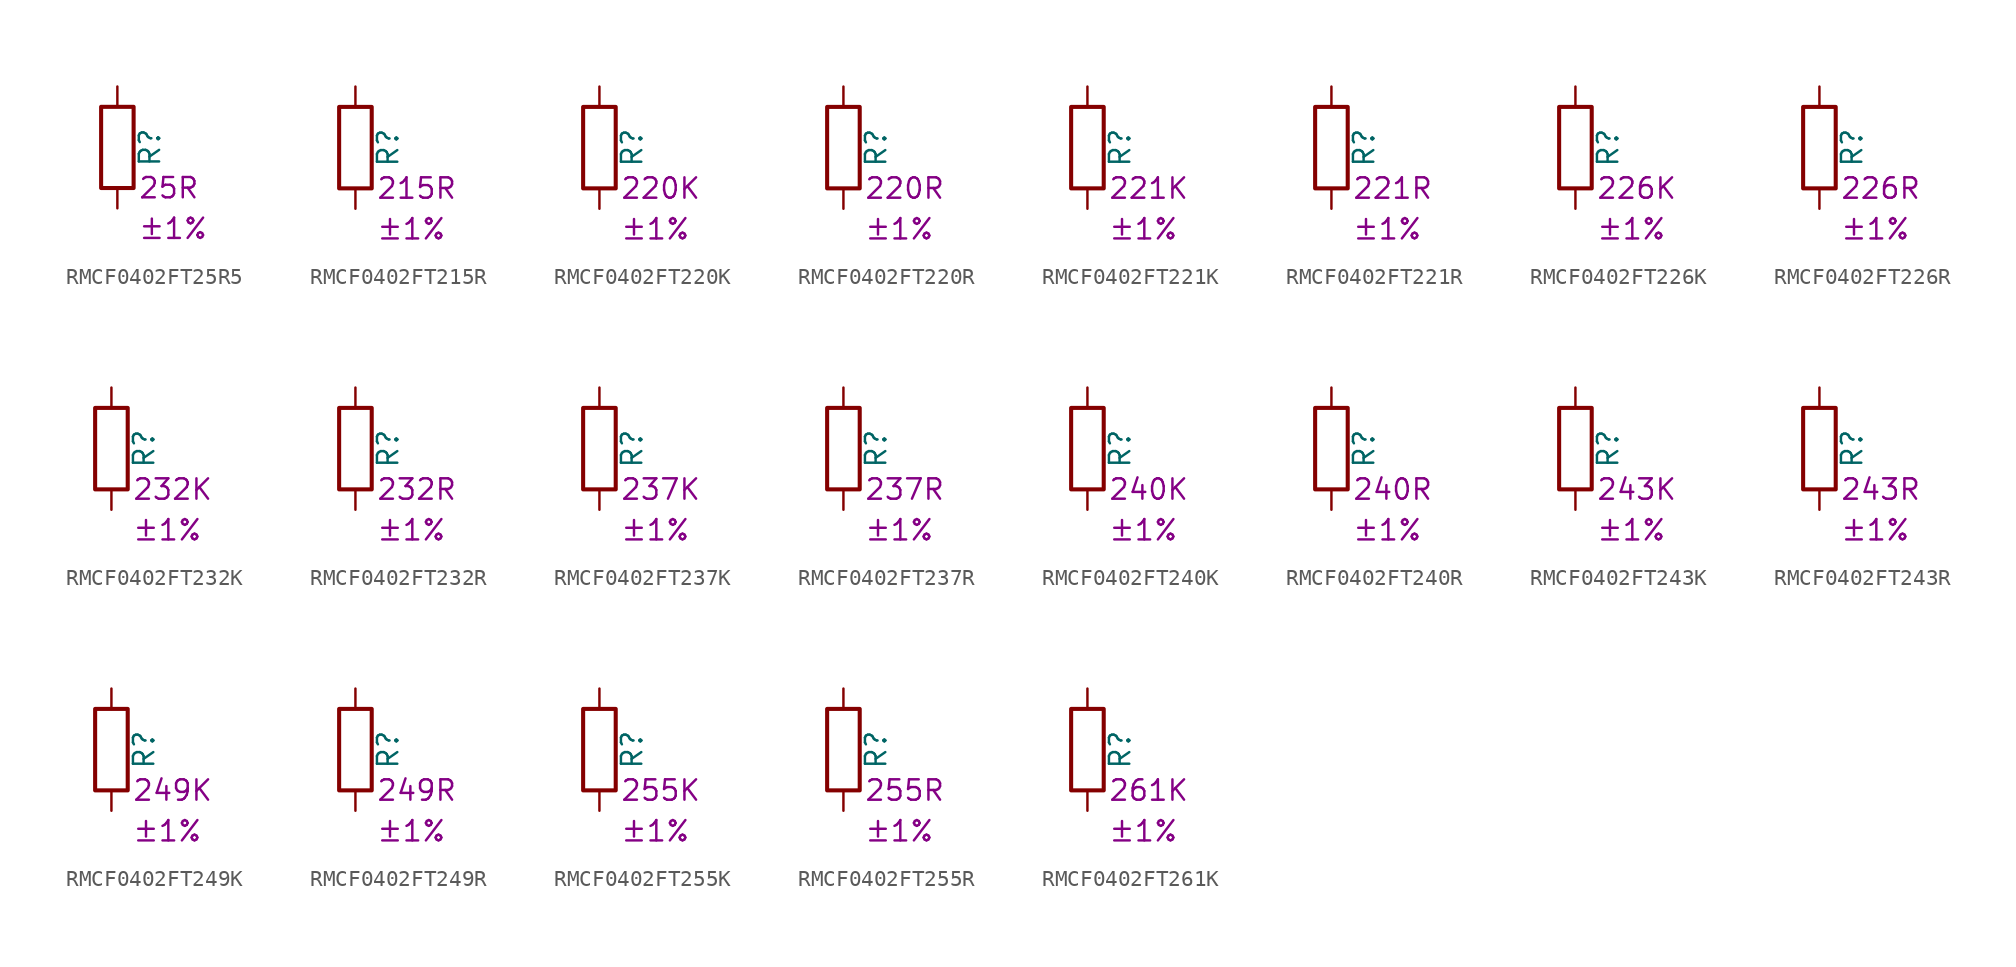
<source format=kicad_sym>
(kicad_symbol_lib
  (version 20220914)
  (generator kicad_symbol_editor)
  (symbol "RMCF0402FT25R5"
    (pin_numbers hide)
    (pin_names
      (offset 0))
    (property "Reference" "R"
      (at 2.032 0 90)
      (effects (font (size 1.27 1.27))))
    (property "Resistance" "25R"
      (at 1.27 -2.54 0)
      (effects (font (size 1.27 1.27)) (justify left)))
    (property "Tolerance" "±1%"
      (at 1.27 -5.08 0)
      (effects (font (size 1.27 1.27)) (justify left)))
    (symbol "RMCF0402FT25R5_0_1"
      (rectangle (start -1.016 -2.54) (end 1.016 2.54) (stroke (width 0.254) (type default)) (fill (type none))))
    (symbol "RMCF0402FT25R5_1_1"
      (pin passive line (at 0 3.81 270) (length 1.27) (name "~" (effects (font (size 1.27 1.27)))) (number "1" (effects (font (size 1.27 1.27)))))
      (pin passive line (at 0 -3.81 90) (length 1.27) (name "~" (effects (font (size 1.27 1.27)))) (number "2" (effects (font (size 1.27 1.27)))))))
  (symbol "RMCF0402FT215R"
    (pin_numbers hide)
    (pin_names
      (offset 0))
    (property "Reference" "R"
      (at 2.032 0 90)
      (effects (font (size 1.27 1.27))))
    (property "Resistance" "215R"
      (at 1.27 -2.54 0)
      (effects (font (size 1.27 1.27)) (justify left)))
    (property "Tolerance" "±1%"
      (at 1.27 -5.08 0)
      (effects (font (size 1.27 1.27)) (justify left)))
    (symbol "RMCF0402FT215R_0_1"
      (rectangle (start -1.016 -2.54) (end 1.016 2.54) (stroke (width 0.254) (type default)) (fill (type none))))
    (symbol "RMCF0402FT215R_1_1"
      (pin passive line (at 0 3.81 270) (length 1.27) (name "~" (effects (font (size 1.27 1.27)))) (number "1" (effects (font (size 1.27 1.27)))))
      (pin passive line (at 0 -3.81 90) (length 1.27) (name "~" (effects (font (size 1.27 1.27)))) (number "2" (effects (font (size 1.27 1.27)))))))
  (symbol "RMCF0402FT220K"
    (pin_numbers hide)
    (pin_names
      (offset 0))
    (property "Reference" "R"
      (at 2.032 0 90)
      (effects (font (size 1.27 1.27))))
    (property "Resistance" "220K"
      (at 1.27 -2.54 0)
      (effects (font (size 1.27 1.27)) (justify left)))
    (property "Tolerance" "±1%"
      (at 1.27 -5.08 0)
      (effects (font (size 1.27 1.27)) (justify left)))
    (symbol "RMCF0402FT220K_0_1"
      (rectangle (start -1.016 -2.54) (end 1.016 2.54) (stroke (width 0.254) (type default)) (fill (type none))))
    (symbol "RMCF0402FT220K_1_1"
      (pin passive line (at 0 3.81 270) (length 1.27) (name "~" (effects (font (size 1.27 1.27)))) (number "1" (effects (font (size 1.27 1.27)))))
      (pin passive line (at 0 -3.81 90) (length 1.27) (name "~" (effects (font (size 1.27 1.27)))) (number "2" (effects (font (size 1.27 1.27)))))))
  (symbol "RMCF0402FT220R"
    (pin_numbers hide)
    (pin_names
      (offset 0))
    (property "Reference" "R"
      (at 2.032 0 90)
      (effects (font (size 1.27 1.27))))
    (property "Resistance" "220R"
      (at 1.27 -2.54 0)
      (effects (font (size 1.27 1.27)) (justify left)))
    (property "Tolerance" "±1%"
      (at 1.27 -5.08 0)
      (effects (font (size 1.27 1.27)) (justify left)))
    (symbol "RMCF0402FT220R_0_1"
      (rectangle (start -1.016 -2.54) (end 1.016 2.54) (stroke (width 0.254) (type default)) (fill (type none))))
    (symbol "RMCF0402FT220R_1_1"
      (pin passive line (at 0 3.81 270) (length 1.27) (name "~" (effects (font (size 1.27 1.27)))) (number "1" (effects (font (size 1.27 1.27)))))
      (pin passive line (at 0 -3.81 90) (length 1.27) (name "~" (effects (font (size 1.27 1.27)))) (number "2" (effects (font (size 1.27 1.27)))))))
  (symbol "RMCF0402FT221K"
    (pin_numbers hide)
    (pin_names
      (offset 0))
    (property "Reference" "R"
      (at 2.032 0 90)
      (effects (font (size 1.27 1.27))))
    (property "Resistance" "221K"
      (at 1.27 -2.54 0)
      (effects (font (size 1.27 1.27)) (justify left)))
    (property "Tolerance" "±1%"
      (at 1.27 -5.08 0)
      (effects (font (size 1.27 1.27)) (justify left)))
    (symbol "RMCF0402FT221K_0_1"
      (rectangle (start -1.016 -2.54) (end 1.016 2.54) (stroke (width 0.254) (type default)) (fill (type none))))
    (symbol "RMCF0402FT221K_1_1"
      (pin passive line (at 0 3.81 270) (length 1.27) (name "~" (effects (font (size 1.27 1.27)))) (number "1" (effects (font (size 1.27 1.27)))))
      (pin passive line (at 0 -3.81 90) (length 1.27) (name "~" (effects (font (size 1.27 1.27)))) (number "2" (effects (font (size 1.27 1.27)))))))
  (symbol "RMCF0402FT221R"
    (pin_numbers hide)
    (pin_names
      (offset 0))
    (property "Reference" "R"
      (at 2.032 0 90)
      (effects (font (size 1.27 1.27))))
    (property "Resistance" "221R"
      (at 1.27 -2.54 0)
      (effects (font (size 1.27 1.27)) (justify left)))
    (property "Tolerance" "±1%"
      (at 1.27 -5.08 0)
      (effects (font (size 1.27 1.27)) (justify left)))
    (symbol "RMCF0402FT221R_0_1"
      (rectangle (start -1.016 -2.54) (end 1.016 2.54) (stroke (width 0.254) (type default)) (fill (type none))))
    (symbol "RMCF0402FT221R_1_1"
      (pin passive line (at 0 3.81 270) (length 1.27) (name "~" (effects (font (size 1.27 1.27)))) (number "1" (effects (font (size 1.27 1.27)))))
      (pin passive line (at 0 -3.81 90) (length 1.27) (name "~" (effects (font (size 1.27 1.27)))) (number "2" (effects (font (size 1.27 1.27)))))))
  (symbol "RMCF0402FT226K"
    (pin_numbers hide)
    (pin_names
      (offset 0))
    (property "Reference" "R"
      (at 2.032 0 90)
      (effects (font (size 1.27 1.27))))
    (property "Resistance" "226K"
      (at 1.27 -2.54 0)
      (effects (font (size 1.27 1.27)) (justify left)))
    (property "Tolerance" "±1%"
      (at 1.27 -5.08 0)
      (effects (font (size 1.27 1.27)) (justify left)))
    (symbol "RMCF0402FT226K_0_1"
      (rectangle (start -1.016 -2.54) (end 1.016 2.54) (stroke (width 0.254) (type default)) (fill (type none))))
    (symbol "RMCF0402FT226K_1_1"
      (pin passive line (at 0 3.81 270) (length 1.27) (name "~" (effects (font (size 1.27 1.27)))) (number "1" (effects (font (size 1.27 1.27)))))
      (pin passive line (at 0 -3.81 90) (length 1.27) (name "~" (effects (font (size 1.27 1.27)))) (number "2" (effects (font (size 1.27 1.27)))))))
  (symbol "RMCF0402FT226R"
    (pin_numbers hide)
    (pin_names
      (offset 0))
    (property "Reference" "R"
      (at 2.032 0 90)
      (effects (font (size 1.27 1.27))))
    (property "Resistance" "226R"
      (at 1.27 -2.54 0)
      (effects (font (size 1.27 1.27)) (justify left)))
    (property "Tolerance" "±1%"
      (at 1.27 -5.08 0)
      (effects (font (size 1.27 1.27)) (justify left)))
    (symbol "RMCF0402FT226R_0_1"
      (rectangle (start -1.016 -2.54) (end 1.016 2.54) (stroke (width 0.254) (type default)) (fill (type none))))
    (symbol "RMCF0402FT226R_1_1"
      (pin passive line (at 0 3.81 270) (length 1.27) (name "~" (effects (font (size 1.27 1.27)))) (number "1" (effects (font (size 1.27 1.27)))))
      (pin passive line (at 0 -3.81 90) (length 1.27) (name "~" (effects (font (size 1.27 1.27)))) (number "2" (effects (font (size 1.27 1.27)))))))
  (symbol "RMCF0402FT232K"
    (pin_numbers hide)
    (pin_names
      (offset 0))
    (property "Reference" "R"
      (at 2.032 0 90)
      (effects (font (size 1.27 1.27))))
    (property "Resistance" "232K"
      (at 1.27 -2.54 0)
      (effects (font (size 1.27 1.27)) (justify left)))
    (property "Tolerance" "±1%"
      (at 1.27 -5.08 0)
      (effects (font (size 1.27 1.27)) (justify left)))
    (symbol "RMCF0402FT232K_0_1"
      (rectangle (start -1.016 -2.54) (end 1.016 2.54) (stroke (width 0.254) (type default)) (fill (type none))))
    (symbol "RMCF0402FT232K_1_1"
      (pin passive line (at 0 3.81 270) (length 1.27) (name "~" (effects (font (size 1.27 1.27)))) (number "1" (effects (font (size 1.27 1.27)))))
      (pin passive line (at 0 -3.81 90) (length 1.27) (name "~" (effects (font (size 1.27 1.27)))) (number "2" (effects (font (size 1.27 1.27)))))))
  (symbol "RMCF0402FT232R"
    (pin_numbers hide)
    (pin_names
      (offset 0))
    (property "Reference" "R"
      (at 2.032 0 90)
      (effects (font (size 1.27 1.27))))
    (property "Resistance" "232R"
      (at 1.27 -2.54 0)
      (effects (font (size 1.27 1.27)) (justify left)))
    (property "Tolerance" "±1%"
      (at 1.27 -5.08 0)
      (effects (font (size 1.27 1.27)) (justify left)))
    (symbol "RMCF0402FT232R_0_1"
      (rectangle (start -1.016 -2.54) (end 1.016 2.54) (stroke (width 0.254) (type default)) (fill (type none))))
    (symbol "RMCF0402FT232R_1_1"
      (pin passive line (at 0 3.81 270) (length 1.27) (name "~" (effects (font (size 1.27 1.27)))) (number "1" (effects (font (size 1.27 1.27)))))
      (pin passive line (at 0 -3.81 90) (length 1.27) (name "~" (effects (font (size 1.27 1.27)))) (number "2" (effects (font (size 1.27 1.27)))))))
  (symbol "RMCF0402FT237K"
    (pin_numbers hide)
    (pin_names
      (offset 0))
    (property "Reference" "R"
      (at 2.032 0 90)
      (effects (font (size 1.27 1.27))))
    (property "Resistance" "237K"
      (at 1.27 -2.54 0)
      (effects (font (size 1.27 1.27)) (justify left)))
    (property "Tolerance" "±1%"
      (at 1.27 -5.08 0)
      (effects (font (size 1.27 1.27)) (justify left)))
    (symbol "RMCF0402FT237K_0_1"
      (rectangle (start -1.016 -2.54) (end 1.016 2.54) (stroke (width 0.254) (type default)) (fill (type none))))
    (symbol "RMCF0402FT237K_1_1"
      (pin passive line (at 0 3.81 270) (length 1.27) (name "~" (effects (font (size 1.27 1.27)))) (number "1" (effects (font (size 1.27 1.27)))))
      (pin passive line (at 0 -3.81 90) (length 1.27) (name "~" (effects (font (size 1.27 1.27)))) (number "2" (effects (font (size 1.27 1.27)))))))
  (symbol "RMCF0402FT237R"
    (pin_numbers hide)
    (pin_names
      (offset 0))
    (property "Reference" "R"
      (at 2.032 0 90)
      (effects (font (size 1.27 1.27))))
    (property "Resistance" "237R"
      (at 1.27 -2.54 0)
      (effects (font (size 1.27 1.27)) (justify left)))
    (property "Tolerance" "±1%"
      (at 1.27 -5.08 0)
      (effects (font (size 1.27 1.27)) (justify left)))
    (symbol "RMCF0402FT237R_0_1"
      (rectangle (start -1.016 -2.54) (end 1.016 2.54) (stroke (width 0.254) (type default)) (fill (type none))))
    (symbol "RMCF0402FT237R_1_1"
      (pin passive line (at 0 3.81 270) (length 1.27) (name "~" (effects (font (size 1.27 1.27)))) (number "1" (effects (font (size 1.27 1.27)))))
      (pin passive line (at 0 -3.81 90) (length 1.27) (name "~" (effects (font (size 1.27 1.27)))) (number "2" (effects (font (size 1.27 1.27)))))))
  (symbol "RMCF0402FT240K"
    (pin_numbers hide)
    (pin_names
      (offset 0))
    (property "Reference" "R"
      (at 2.032 0 90)
      (effects (font (size 1.27 1.27))))
    (property "Resistance" "240K"
      (at 1.27 -2.54 0)
      (effects (font (size 1.27 1.27)) (justify left)))
    (property "Tolerance" "±1%"
      (at 1.27 -5.08 0)
      (effects (font (size 1.27 1.27)) (justify left)))
    (symbol "RMCF0402FT240K_0_1"
      (rectangle (start -1.016 -2.54) (end 1.016 2.54) (stroke (width 0.254) (type default)) (fill (type none))))
    (symbol "RMCF0402FT240K_1_1"
      (pin passive line (at 0 3.81 270) (length 1.27) (name "~" (effects (font (size 1.27 1.27)))) (number "1" (effects (font (size 1.27 1.27)))))
      (pin passive line (at 0 -3.81 90) (length 1.27) (name "~" (effects (font (size 1.27 1.27)))) (number "2" (effects (font (size 1.27 1.27)))))))
  (symbol "RMCF0402FT240R"
    (pin_numbers hide)
    (pin_names
      (offset 0))
    (property "Reference" "R"
      (at 2.032 0 90)
      (effects (font (size 1.27 1.27))))
    (property "Resistance" "240R"
      (at 1.27 -2.54 0)
      (effects (font (size 1.27 1.27)) (justify left)))
    (property "Tolerance" "±1%"
      (at 1.27 -5.08 0)
      (effects (font (size 1.27 1.27)) (justify left)))
    (symbol "RMCF0402FT240R_0_1"
      (rectangle (start -1.016 -2.54) (end 1.016 2.54) (stroke (width 0.254) (type default)) (fill (type none))))
    (symbol "RMCF0402FT240R_1_1"
      (pin passive line (at 0 3.81 270) (length 1.27) (name "~" (effects (font (size 1.27 1.27)))) (number "1" (effects (font (size 1.27 1.27)))))
      (pin passive line (at 0 -3.81 90) (length 1.27) (name "~" (effects (font (size 1.27 1.27)))) (number "2" (effects (font (size 1.27 1.27)))))))
  (symbol "RMCF0402FT243K"
    (pin_numbers hide)
    (pin_names
      (offset 0))
    (property "Reference" "R"
      (at 2.032 0 90)
      (effects (font (size 1.27 1.27))))
    (property "Resistance" "243K"
      (at 1.27 -2.54 0)
      (effects (font (size 1.27 1.27)) (justify left)))
    (property "Tolerance" "±1%"
      (at 1.27 -5.08 0)
      (effects (font (size 1.27 1.27)) (justify left)))
    (symbol "RMCF0402FT243K_0_1"
      (rectangle (start -1.016 -2.54) (end 1.016 2.54) (stroke (width 0.254) (type default)) (fill (type none))))
    (symbol "RMCF0402FT243K_1_1"
      (pin passive line (at 0 3.81 270) (length 1.27) (name "~" (effects (font (size 1.27 1.27)))) (number "1" (effects (font (size 1.27 1.27)))))
      (pin passive line (at 0 -3.81 90) (length 1.27) (name "~" (effects (font (size 1.27 1.27)))) (number "2" (effects (font (size 1.27 1.27)))))))
  (symbol "RMCF0402FT243R"
    (pin_numbers hide)
    (pin_names
      (offset 0))
    (property "Reference" "R"
      (at 2.032 0 90)
      (effects (font (size 1.27 1.27))))
    (property "Resistance" "243R"
      (at 1.27 -2.54 0)
      (effects (font (size 1.27 1.27)) (justify left)))
    (property "Tolerance" "±1%"
      (at 1.27 -5.08 0)
      (effects (font (size 1.27 1.27)) (justify left)))
    (symbol "RMCF0402FT243R_0_1"
      (rectangle (start -1.016 -2.54) (end 1.016 2.54) (stroke (width 0.254) (type default)) (fill (type none))))
    (symbol "RMCF0402FT243R_1_1"
      (pin passive line (at 0 3.81 270) (length 1.27) (name "~" (effects (font (size 1.27 1.27)))) (number "1" (effects (font (size 1.27 1.27)))))
      (pin passive line (at 0 -3.81 90) (length 1.27) (name "~" (effects (font (size 1.27 1.27)))) (number "2" (effects (font (size 1.27 1.27)))))))
  (symbol "RMCF0402FT249K"
    (pin_numbers hide)
    (pin_names
      (offset 0))
    (property "Reference" "R"
      (at 2.032 0 90)
      (effects (font (size 1.27 1.27))))
    (property "Resistance" "249K"
      (at 1.27 -2.54 0)
      (effects (font (size 1.27 1.27)) (justify left)))
    (property "Tolerance" "±1%"
      (at 1.27 -5.08 0)
      (effects (font (size 1.27 1.27)) (justify left)))
    (symbol "RMCF0402FT249K_0_1"
      (rectangle (start -1.016 -2.54) (end 1.016 2.54) (stroke (width 0.254) (type default)) (fill (type none))))
    (symbol "RMCF0402FT249K_1_1"
      (pin passive line (at 0 3.81 270) (length 1.27) (name "~" (effects (font (size 1.27 1.27)))) (number "1" (effects (font (size 1.27 1.27)))))
      (pin passive line (at 0 -3.81 90) (length 1.27) (name "~" (effects (font (size 1.27 1.27)))) (number "2" (effects (font (size 1.27 1.27)))))))
  (symbol "RMCF0402FT249R"
    (pin_numbers hide)
    (pin_names
      (offset 0))
    (property "Reference" "R"
      (at 2.032 0 90)
      (effects (font (size 1.27 1.27))))
    (property "Resistance" "249R"
      (at 1.27 -2.54 0)
      (effects (font (size 1.27 1.27)) (justify left)))
    (property "Tolerance" "±1%"
      (at 1.27 -5.08 0)
      (effects (font (size 1.27 1.27)) (justify left)))
    (symbol "RMCF0402FT249R_0_1"
      (rectangle (start -1.016 -2.54) (end 1.016 2.54) (stroke (width 0.254) (type default)) (fill (type none))))
    (symbol "RMCF0402FT249R_1_1"
      (pin passive line (at 0 3.81 270) (length 1.27) (name "~" (effects (font (size 1.27 1.27)))) (number "1" (effects (font (size 1.27 1.27)))))
      (pin passive line (at 0 -3.81 90) (length 1.27) (name "~" (effects (font (size 1.27 1.27)))) (number "2" (effects (font (size 1.27 1.27)))))))
  (symbol "RMCF0402FT255K"
    (pin_numbers hide)
    (pin_names
      (offset 0))
    (property "Reference" "R"
      (at 2.032 0 90)
      (effects (font (size 1.27 1.27))))
    (property "Resistance" "255K"
      (at 1.27 -2.54 0)
      (effects (font (size 1.27 1.27)) (justify left)))
    (property "Tolerance" "±1%"
      (at 1.27 -5.08 0)
      (effects (font (size 1.27 1.27)) (justify left)))
    (symbol "RMCF0402FT255K_0_1"
      (rectangle (start -1.016 -2.54) (end 1.016 2.54) (stroke (width 0.254) (type default)) (fill (type none))))
    (symbol "RMCF0402FT255K_1_1"
      (pin passive line (at 0 3.81 270) (length 1.27) (name "~" (effects (font (size 1.27 1.27)))) (number "1" (effects (font (size 1.27 1.27)))))
      (pin passive line (at 0 -3.81 90) (length 1.27) (name "~" (effects (font (size 1.27 1.27)))) (number "2" (effects (font (size 1.27 1.27)))))))
  (symbol "RMCF0402FT255R"
    (pin_numbers hide)
    (pin_names
      (offset 0))
    (property "Reference" "R"
      (at 2.032 0 90)
      (effects (font (size 1.27 1.27))))
    (property "Resistance" "255R"
      (at 1.27 -2.54 0)
      (effects (font (size 1.27 1.27)) (justify left)))
    (property "Tolerance" "±1%"
      (at 1.27 -5.08 0)
      (effects (font (size 1.27 1.27)) (justify left)))
    (symbol "RMCF0402FT255R_0_1"
      (rectangle (start -1.016 -2.54) (end 1.016 2.54) (stroke (width 0.254) (type default)) (fill (type none))))
    (symbol "RMCF0402FT255R_1_1"
      (pin passive line (at 0 3.81 270) (length 1.27) (name "~" (effects (font (size 1.27 1.27)))) (number "1" (effects (font (size 1.27 1.27)))))
      (pin passive line (at 0 -3.81 90) (length 1.27) (name "~" (effects (font (size 1.27 1.27)))) (number "2" (effects (font (size 1.27 1.27)))))))
  (symbol "RMCF0402FT261K"
    (pin_numbers hide)
    (pin_names
      (offset 0))
    (property "Reference" "R"
      (at 2.032 0 90)
      (effects (font (size 1.27 1.27))))
    (property "Resistance" "261K"
      (at 1.27 -2.54 0)
      (effects (font (size 1.27 1.27)) (justify left)))
    (property "Tolerance" "±1%"
      (at 1.27 -5.08 0)
      (effects (font (size 1.27 1.27)) (justify left)))
    (symbol "RMCF0402FT261K_0_1"
      (rectangle (start -1.016 -2.54) (end 1.016 2.54) (stroke (width 0.254) (type default)) (fill (type none))))
    (symbol "RMCF0402FT261K_1_1"
      (pin passive line (at 0 3.81 270) (length 1.27) (name "~" (effects (font (size 1.27 1.27)))) (number "1" (effects (font (size 1.27 1.27)))))
      (pin passive line (at 0 -3.81 90) (length 1.27) (name "~" (effects (font (size 1.27 1.27)))) (number "2" (effects (font (size 1.27 1.27))))))))
</source>
